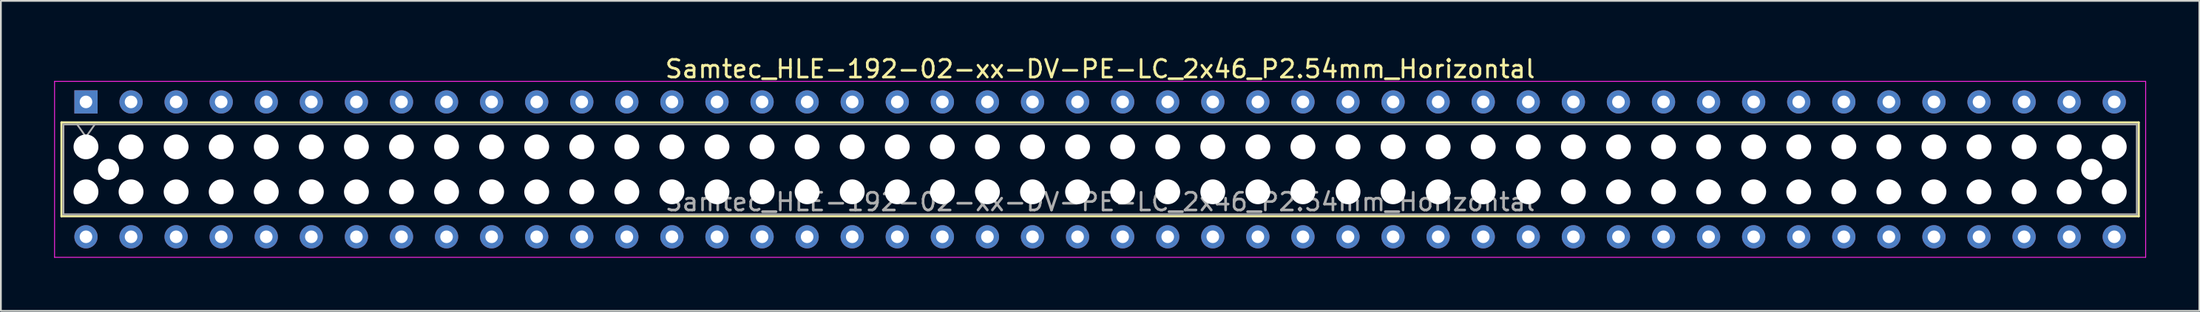
<source format=kicad_pcb>
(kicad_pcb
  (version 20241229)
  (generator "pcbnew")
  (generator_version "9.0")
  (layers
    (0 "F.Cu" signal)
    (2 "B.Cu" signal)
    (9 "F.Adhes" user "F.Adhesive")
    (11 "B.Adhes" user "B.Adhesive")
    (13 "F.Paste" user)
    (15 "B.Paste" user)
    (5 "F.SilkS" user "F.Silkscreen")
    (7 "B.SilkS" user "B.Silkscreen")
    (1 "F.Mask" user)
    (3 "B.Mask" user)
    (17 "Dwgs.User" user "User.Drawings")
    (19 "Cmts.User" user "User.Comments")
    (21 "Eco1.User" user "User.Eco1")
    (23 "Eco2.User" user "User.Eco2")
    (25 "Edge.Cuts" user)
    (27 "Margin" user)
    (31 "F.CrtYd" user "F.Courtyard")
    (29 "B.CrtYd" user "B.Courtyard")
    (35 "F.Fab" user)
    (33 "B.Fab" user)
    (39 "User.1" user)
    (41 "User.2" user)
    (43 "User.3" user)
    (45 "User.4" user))
  (footprint "Samtec_HLE-192-02-xx-DV-PE-LC_2x46_P2.54mm_Horizontal"
    (layer "F.Cu")
    (at 1.795 2.708)
    (property "Reference" "Samtec_HLE-192-02-xx-DV-PE-LC_2x46_P2.54mm_Horizontal" (at 57.15 -1.86 0) (layer "F.SilkS") (effects (font (size 1 1) (thickness 0.15))))
    (attr through_hole)
    (fp_line (start -1.38 1.16) (end 115.68 1.16) (stroke (width 0.12) (type solid)) (layer "F.SilkS"))
    (fp_line (start -1.38 6.46) (end -1.38 1.16) (stroke (width 0.12) (type solid)) (layer "F.SilkS"))
    (fp_line (start 115.68 1.16) (end 115.68 6.46) (stroke (width 0.12) (type solid)) (layer "F.SilkS"))
    (fp_line (start 115.68 6.46) (end -1.38 6.46) (stroke (width 0.12) (type solid)) (layer "F.SilkS"))
    (fp_line (start -1.77 -1.16) (end 116.07 -1.16) (stroke (width 0.05) (type solid)) (layer "F.CrtYd"))
    (fp_line (start -1.77 8.78) (end -1.77 -1.16) (stroke (width 0.05) (type solid)) (layer "F.CrtYd"))
    (fp_line (start 116.07 -1.16) (end 116.07 8.78) (stroke (width 0.05) (type solid)) (layer "F.CrtYd"))
    (fp_line (start 116.07 8.78) (end -1.77 8.78) (stroke (width 0.05) (type solid)) (layer "F.CrtYd"))
    (fp_line (start -1.27 1.27) (end 115.57 1.27) (stroke (width 0.1) (type solid)) (layer "F.Fab"))
    (fp_line (start -1.27 6.35) (end -1.27 1.27) (stroke (width 0.1) (type solid)) (layer "F.Fab"))
    (fp_line (start -0.5 1.27) (end 0 1.977) (stroke (width 0.1) (type solid)) (layer "F.Fab"))
    (fp_line (start 0 1.977) (end 0.5 1.27) (stroke (width 0.1) (type solid)) (layer "F.Fab"))
    (fp_line (start 115.57 1.27) (end 115.57 6.35) (stroke (width 0.1) (type solid)) (layer "F.Fab"))
    (fp_line (start 115.57 6.35) (end -1.27 6.35) (stroke (width 0.1) (type solid)) (layer "F.Fab"))
    (fp_text user "${REFERENCE}" (at 57.15 5.65 0) (layer "F.Fab") (effects (font (size 1 1) (thickness 0.15))))
    (pad "" np_thru_hole circle (at 0 2.54) (size 1.4 1.4) (drill 1.4) (layers "*.Cu" "*.Mask"))
    (pad "" np_thru_hole circle (at 0 5.08) (size 1.4 1.4) (drill 1.4) (layers "*.Cu" "*.Mask"))
    (pad "" np_thru_hole circle (at 1.27 3.81) (size 1.19 1.19) (drill 1.19) (layers "*.Cu" "*.Mask"))
    (pad "" np_thru_hole circle (at 2.54 2.54) (size 1.4 1.4) (drill 1.4) (layers "*.Cu" "*.Mask"))
    (pad "" np_thru_hole circle (at 2.54 5.08) (size 1.4 1.4) (drill 1.4) (layers "*.Cu" "*.Mask"))
    (pad "" np_thru_hole circle (at 5.08 2.54) (size 1.4 1.4) (drill 1.4) (layers "*.Cu" "*.Mask"))
    (pad "" np_thru_hole circle (at 5.08 5.08) (size 1.4 1.4) (drill 1.4) (layers "*.Cu" "*.Mask"))
    (pad "" np_thru_hole circle (at 7.62 2.54) (size 1.4 1.4) (drill 1.4) (layers "*.Cu" "*.Mask"))
    (pad "" np_thru_hole circle (at 7.62 5.08) (size 1.4 1.4) (drill 1.4) (layers "*.Cu" "*.Mask"))
    (pad "" np_thru_hole circle (at 10.16 2.54) (size 1.4 1.4) (drill 1.4) (layers "*.Cu" "*.Mask"))
    (pad "" np_thru_hole circle (at 10.16 5.08) (size 1.4 1.4) (drill 1.4) (layers "*.Cu" "*.Mask"))
    (pad "" np_thru_hole circle (at 12.7 2.54) (size 1.4 1.4) (drill 1.4) (layers "*.Cu" "*.Mask"))
    (pad "" np_thru_hole circle (at 12.7 5.08) (size 1.4 1.4) (drill 1.4) (layers "*.Cu" "*.Mask"))
    (pad "" np_thru_hole circle (at 15.24 2.54) (size 1.4 1.4) (drill 1.4) (layers "*.Cu" "*.Mask"))
    (pad "" np_thru_hole circle (at 15.24 5.08) (size 1.4 1.4) (drill 1.4) (layers "*.Cu" "*.Mask"))
    (pad "" np_thru_hole circle (at 17.78 2.54) (size 1.4 1.4) (drill 1.4) (layers "*.Cu" "*.Mask"))
    (pad "" np_thru_hole circle (at 17.78 5.08) (size 1.4 1.4) (drill 1.4) (layers "*.Cu" "*.Mask"))
    (pad "" np_thru_hole circle (at 20.32 2.54) (size 1.4 1.4) (drill 1.4) (layers "*.Cu" "*.Mask"))
    (pad "" np_thru_hole circle (at 20.32 5.08) (size 1.4 1.4) (drill 1.4) (layers "*.Cu" "*.Mask"))
    (pad "" np_thru_hole circle (at 22.86 2.54) (size 1.4 1.4) (drill 1.4) (layers "*.Cu" "*.Mask"))
    (pad "" np_thru_hole circle (at 22.86 5.08) (size 1.4 1.4) (drill 1.4) (layers "*.Cu" "*.Mask"))
    (pad "" np_thru_hole circle (at 25.4 2.54) (size 1.4 1.4) (drill 1.4) (layers "*.Cu" "*.Mask"))
    (pad "" np_thru_hole circle (at 25.4 5.08) (size 1.4 1.4) (drill 1.4) (layers "*.Cu" "*.Mask"))
    (pad "" np_thru_hole circle (at 27.94 2.54) (size 1.4 1.4) (drill 1.4) (layers "*.Cu" "*.Mask"))
    (pad "" np_thru_hole circle (at 27.94 5.08) (size 1.4 1.4) (drill 1.4) (layers "*.Cu" "*.Mask"))
    (pad "" np_thru_hole circle (at 30.48 2.54) (size 1.4 1.4) (drill 1.4) (layers "*.Cu" "*.Mask"))
    (pad "" np_thru_hole circle (at 30.48 5.08) (size 1.4 1.4) (drill 1.4) (layers "*.Cu" "*.Mask"))
    (pad "" np_thru_hole circle (at 33.02 2.54) (size 1.4 1.4) (drill 1.4) (layers "*.Cu" "*.Mask"))
    (pad "" np_thru_hole circle (at 33.02 5.08) (size 1.4 1.4) (drill 1.4) (layers "*.Cu" "*.Mask"))
    (pad "" np_thru_hole circle (at 35.56 2.54) (size 1.4 1.4) (drill 1.4) (layers "*.Cu" "*.Mask"))
    (pad "" np_thru_hole circle (at 35.56 5.08) (size 1.4 1.4) (drill 1.4) (layers "*.Cu" "*.Mask"))
    (pad "" np_thru_hole circle (at 38.1 2.54) (size 1.4 1.4) (drill 1.4) (layers "*.Cu" "*.Mask"))
    (pad "" np_thru_hole circle (at 38.1 5.08) (size 1.4 1.4) (drill 1.4) (layers "*.Cu" "*.Mask"))
    (pad "" np_thru_hole circle (at 40.64 2.54) (size 1.4 1.4) (drill 1.4) (layers "*.Cu" "*.Mask"))
    (pad "" np_thru_hole circle (at 40.64 5.08) (size 1.4 1.4) (drill 1.4) (layers "*.Cu" "*.Mask"))
    (pad "" np_thru_hole circle (at 43.18 2.54) (size 1.4 1.4) (drill 1.4) (layers "*.Cu" "*.Mask"))
    (pad "" np_thru_hole circle (at 43.18 5.08) (size 1.4 1.4) (drill 1.4) (layers "*.Cu" "*.Mask"))
    (pad "" np_thru_hole circle (at 45.72 2.54) (size 1.4 1.4) (drill 1.4) (layers "*.Cu" "*.Mask"))
    (pad "" np_thru_hole circle (at 45.72 5.08) (size 1.4 1.4) (drill 1.4) (layers "*.Cu" "*.Mask"))
    (pad "" np_thru_hole circle (at 48.26 2.54) (size 1.4 1.4) (drill 1.4) (layers "*.Cu" "*.Mask"))
    (pad "" np_thru_hole circle (at 48.26 5.08) (size 1.4 1.4) (drill 1.4) (layers "*.Cu" "*.Mask"))
    (pad "" np_thru_hole circle (at 50.8 2.54) (size 1.4 1.4) (drill 1.4) (layers "*.Cu" "*.Mask"))
    (pad "" np_thru_hole circle (at 50.8 5.08) (size 1.4 1.4) (drill 1.4) (layers "*.Cu" "*.Mask"))
    (pad "" np_thru_hole circle (at 53.34 2.54) (size 1.4 1.4) (drill 1.4) (layers "*.Cu" "*.Mask"))
    (pad "" np_thru_hole circle (at 53.34 5.08) (size 1.4 1.4) (drill 1.4) (layers "*.Cu" "*.Mask"))
    (pad "" np_thru_hole circle (at 55.88 2.54) (size 1.4 1.4) (drill 1.4) (layers "*.Cu" "*.Mask"))
    (pad "" np_thru_hole circle (at 55.88 5.08) (size 1.4 1.4) (drill 1.4) (layers "*.Cu" "*.Mask"))
    (pad "" np_thru_hole circle (at 58.42 2.54) (size 1.4 1.4) (drill 1.4) (layers "*.Cu" "*.Mask"))
    (pad "" np_thru_hole circle (at 58.42 5.08) (size 1.4 1.4) (drill 1.4) (layers "*.Cu" "*.Mask"))
    (pad "" np_thru_hole circle (at 60.96 2.54) (size 1.4 1.4) (drill 1.4) (layers "*.Cu" "*.Mask"))
    (pad "" np_thru_hole circle (at 60.96 5.08) (size 1.4 1.4) (drill 1.4) (layers "*.Cu" "*.Mask"))
    (pad "" np_thru_hole circle (at 63.5 2.54) (size 1.4 1.4) (drill 1.4) (layers "*.Cu" "*.Mask"))
    (pad "" np_thru_hole circle (at 63.5 5.08) (size 1.4 1.4) (drill 1.4) (layers "*.Cu" "*.Mask"))
    (pad "" np_thru_hole circle (at 66.04 2.54) (size 1.4 1.4) (drill 1.4) (layers "*.Cu" "*.Mask"))
    (pad "" np_thru_hole circle (at 66.04 5.08) (size 1.4 1.4) (drill 1.4) (layers "*.Cu" "*.Mask"))
    (pad "" np_thru_hole circle (at 68.58 2.54) (size 1.4 1.4) (drill 1.4) (layers "*.Cu" "*.Mask"))
    (pad "" np_thru_hole circle (at 68.58 5.08) (size 1.4 1.4) (drill 1.4) (layers "*.Cu" "*.Mask"))
    (pad "" np_thru_hole circle (at 71.12 2.54) (size 1.4 1.4) (drill 1.4) (layers "*.Cu" "*.Mask"))
    (pad "" np_thru_hole circle (at 71.12 5.08) (size 1.4 1.4) (drill 1.4) (layers "*.Cu" "*.Mask"))
    (pad "" np_thru_hole circle (at 73.66 2.54) (size 1.4 1.4) (drill 1.4) (layers "*.Cu" "*.Mask"))
    (pad "" np_thru_hole circle (at 73.66 5.08) (size 1.4 1.4) (drill 1.4) (layers "*.Cu" "*.Mask"))
    (pad "" np_thru_hole circle (at 76.2 2.54) (size 1.4 1.4) (drill 1.4) (layers "*.Cu" "*.Mask"))
    (pad "" np_thru_hole circle (at 76.2 5.08) (size 1.4 1.4) (drill 1.4) (layers "*.Cu" "*.Mask"))
    (pad "" np_thru_hole circle (at 78.74 2.54) (size 1.4 1.4) (drill 1.4) (layers "*.Cu" "*.Mask"))
    (pad "" np_thru_hole circle (at 78.74 5.08) (size 1.4 1.4) (drill 1.4) (layers "*.Cu" "*.Mask"))
    (pad "" np_thru_hole circle (at 81.28 2.54) (size 1.4 1.4) (drill 1.4) (layers "*.Cu" "*.Mask"))
    (pad "" np_thru_hole circle (at 81.28 5.08) (size 1.4 1.4) (drill 1.4) (layers "*.Cu" "*.Mask"))
    (pad "" np_thru_hole circle (at 83.82 2.54) (size 1.4 1.4) (drill 1.4) (layers "*.Cu" "*.Mask"))
    (pad "" np_thru_hole circle (at 83.82 5.08) (size 1.4 1.4) (drill 1.4) (layers "*.Cu" "*.Mask"))
    (pad "" np_thru_hole circle (at 86.36 2.54) (size 1.4 1.4) (drill 1.4) (layers "*.Cu" "*.Mask"))
    (pad "" np_thru_hole circle (at 86.36 5.08) (size 1.4 1.4) (drill 1.4) (layers "*.Cu" "*.Mask"))
    (pad "" np_thru_hole circle (at 88.9 2.54) (size 1.4 1.4) (drill 1.4) (layers "*.Cu" "*.Mask"))
    (pad "" np_thru_hole circle (at 88.9 5.08) (size 1.4 1.4) (drill 1.4) (layers "*.Cu" "*.Mask"))
    (pad "" np_thru_hole circle (at 91.44 2.54) (size 1.4 1.4) (drill 1.4) (layers "*.Cu" "*.Mask"))
    (pad "" np_thru_hole circle (at 91.44 5.08) (size 1.4 1.4) (drill 1.4) (layers "*.Cu" "*.Mask"))
    (pad "" np_thru_hole circle (at 93.98 2.54) (size 1.4 1.4) (drill 1.4) (layers "*.Cu" "*.Mask"))
    (pad "" np_thru_hole circle (at 93.98 5.08) (size 1.4 1.4) (drill 1.4) (layers "*.Cu" "*.Mask"))
    (pad "" np_thru_hole circle (at 96.52 2.54) (size 1.4 1.4) (drill 1.4) (layers "*.Cu" "*.Mask"))
    (pad "" np_thru_hole circle (at 96.52 5.08) (size 1.4 1.4) (drill 1.4) (layers "*.Cu" "*.Mask"))
    (pad "" np_thru_hole circle (at 99.06 2.54) (size 1.4 1.4) (drill 1.4) (layers "*.Cu" "*.Mask"))
    (pad "" np_thru_hole circle (at 99.06 5.08) (size 1.4 1.4) (drill 1.4) (layers "*.Cu" "*.Mask"))
    (pad "" np_thru_hole circle (at 101.6 2.54) (size 1.4 1.4) (drill 1.4) (layers "*.Cu" "*.Mask"))
    (pad "" np_thru_hole circle (at 101.6 5.08) (size 1.4 1.4) (drill 1.4) (layers "*.Cu" "*.Mask"))
    (pad "" np_thru_hole circle (at 104.14 2.54) (size 1.4 1.4) (drill 1.4) (layers "*.Cu" "*.Mask"))
    (pad "" np_thru_hole circle (at 104.14 5.08) (size 1.4 1.4) (drill 1.4) (layers "*.Cu" "*.Mask"))
    (pad "" np_thru_hole circle (at 106.68 2.54) (size 1.4 1.4) (drill 1.4) (layers "*.Cu" "*.Mask"))
    (pad "" np_thru_hole circle (at 106.68 5.08) (size 1.4 1.4) (drill 1.4) (layers "*.Cu" "*.Mask"))
    (pad "" np_thru_hole circle (at 109.22 2.54) (size 1.4 1.4) (drill 1.4) (layers "*.Cu" "*.Mask"))
    (pad "" np_thru_hole circle (at 109.22 5.08) (size 1.4 1.4) (drill 1.4) (layers "*.Cu" "*.Mask"))
    (pad "" np_thru_hole circle (at 111.76 2.54) (size 1.4 1.4) (drill 1.4) (layers "*.Cu" "*.Mask"))
    (pad "" np_thru_hole circle (at 111.76 5.08) (size 1.4 1.4) (drill 1.4) (layers "*.Cu" "*.Mask"))
    (pad "" np_thru_hole circle (at 113.03 3.81) (size 1.19 1.19) (drill 1.19) (layers "*.Cu" "*.Mask"))
    (pad "" np_thru_hole circle (at 114.3 2.54) (size 1.4 1.4) (drill 1.4) (layers "*.Cu" "*.Mask"))
    (pad "" np_thru_hole circle (at 114.3 5.08) (size 1.4 1.4) (drill 1.4) (layers "*.Cu" "*.Mask"))
    (pad "1" thru_hole rect (at 0 0) (size 1.31 1.31) (drill 0.71) (layers "*.Cu" "*.Mask"))
    (pad "2" thru_hole circle (at 0 7.62) (size 1.31 1.31) (drill 0.71) (layers "*.Cu" "*.Mask"))
    (pad "3" thru_hole circle (at 2.54 0) (size 1.31 1.31) (drill 0.71) (layers "*.Cu" "*.Mask"))
    (pad "4" thru_hole circle (at 2.54 7.62) (size 1.31 1.31) (drill 0.71) (layers "*.Cu" "*.Mask"))
    (pad "5" thru_hole circle (at 5.08 0) (size 1.31 1.31) (drill 0.71) (layers "*.Cu" "*.Mask"))
    (pad "6" thru_hole circle (at 5.08 7.62) (size 1.31 1.31) (drill 0.71) (layers "*.Cu" "*.Mask"))
    (pad "7" thru_hole circle (at 7.62 0) (size 1.31 1.31) (drill 0.71) (layers "*.Cu" "*.Mask"))
    (pad "8" thru_hole circle (at 7.62 7.62) (size 1.31 1.31) (drill 0.71) (layers "*.Cu" "*.Mask"))
    (pad "9" thru_hole circle (at 10.16 0) (size 1.31 1.31) (drill 0.71) (layers "*.Cu" "*.Mask"))
    (pad "10" thru_hole circle (at 10.16 7.62) (size 1.31 1.31) (drill 0.71) (layers "*.Cu" "*.Mask"))
    (pad "11" thru_hole circle (at 12.7 0) (size 1.31 1.31) (drill 0.71) (layers "*.Cu" "*.Mask"))
    (pad "12" thru_hole circle (at 12.7 7.62) (size 1.31 1.31) (drill 0.71) (layers "*.Cu" "*.Mask"))
    (pad "13" thru_hole circle (at 15.24 0) (size 1.31 1.31) (drill 0.71) (layers "*.Cu" "*.Mask"))
    (pad "14" thru_hole circle (at 15.24 7.62) (size 1.31 1.31) (drill 0.71) (layers "*.Cu" "*.Mask"))
    (pad "15" thru_hole circle (at 17.78 0) (size 1.31 1.31) (drill 0.71) (layers "*.Cu" "*.Mask"))
    (pad "16" thru_hole circle (at 17.78 7.62) (size 1.31 1.31) (drill 0.71) (layers "*.Cu" "*.Mask"))
    (pad "17" thru_hole circle (at 20.32 0) (size 1.31 1.31) (drill 0.71) (layers "*.Cu" "*.Mask"))
    (pad "18" thru_hole circle (at 20.32 7.62) (size 1.31 1.31) (drill 0.71) (layers "*.Cu" "*.Mask"))
    (pad "19" thru_hole circle (at 22.86 0) (size 1.31 1.31) (drill 0.71) (layers "*.Cu" "*.Mask"))
    (pad "20" thru_hole circle (at 22.86 7.62) (size 1.31 1.31) (drill 0.71) (layers "*.Cu" "*.Mask"))
    (pad "21" thru_hole circle (at 25.4 0) (size 1.31 1.31) (drill 0.71) (layers "*.Cu" "*.Mask"))
    (pad "22" thru_hole circle (at 25.4 7.62) (size 1.31 1.31) (drill 0.71) (layers "*.Cu" "*.Mask"))
    (pad "23" thru_hole circle (at 27.94 0) (size 1.31 1.31) (drill 0.71) (layers "*.Cu" "*.Mask"))
    (pad "24" thru_hole circle (at 27.94 7.62) (size 1.31 1.31) (drill 0.71) (layers "*.Cu" "*.Mask"))
    (pad "25" thru_hole circle (at 30.48 0) (size 1.31 1.31) (drill 0.71) (layers "*.Cu" "*.Mask"))
    (pad "26" thru_hole circle (at 30.48 7.62) (size 1.31 1.31) (drill 0.71) (layers "*.Cu" "*.Mask"))
    (pad "27" thru_hole circle (at 33.02 0) (size 1.31 1.31) (drill 0.71) (layers "*.Cu" "*.Mask"))
    (pad "28" thru_hole circle (at 33.02 7.62) (size 1.31 1.31) (drill 0.71) (layers "*.Cu" "*.Mask"))
    (pad "29" thru_hole circle (at 35.56 0) (size 1.31 1.31) (drill 0.71) (layers "*.Cu" "*.Mask"))
    (pad "30" thru_hole circle (at 35.56 7.62) (size 1.31 1.31) (drill 0.71) (layers "*.Cu" "*.Mask"))
    (pad "31" thru_hole circle (at 38.1 0) (size 1.31 1.31) (drill 0.71) (layers "*.Cu" "*.Mask"))
    (pad "32" thru_hole circle (at 38.1 7.62) (size 1.31 1.31) (drill 0.71) (layers "*.Cu" "*.Mask"))
    (pad "33" thru_hole circle (at 40.64 0) (size 1.31 1.31) (drill 0.71) (layers "*.Cu" "*.Mask"))
    (pad "34" thru_hole circle (at 40.64 7.62) (size 1.31 1.31) (drill 0.71) (layers "*.Cu" "*.Mask"))
    (pad "35" thru_hole circle (at 43.18 0) (size 1.31 1.31) (drill 0.71) (layers "*.Cu" "*.Mask"))
    (pad "36" thru_hole circle (at 43.18 7.62) (size 1.31 1.31) (drill 0.71) (layers "*.Cu" "*.Mask"))
    (pad "37" thru_hole circle (at 45.72 0) (size 1.31 1.31) (drill 0.71) (layers "*.Cu" "*.Mask"))
    (pad "38" thru_hole circle (at 45.72 7.62) (size 1.31 1.31) (drill 0.71) (layers "*.Cu" "*.Mask"))
    (pad "39" thru_hole circle (at 48.26 0) (size 1.31 1.31) (drill 0.71) (layers "*.Cu" "*.Mask"))
    (pad "40" thru_hole circle (at 48.26 7.62) (size 1.31 1.31) (drill 0.71) (layers "*.Cu" "*.Mask"))
    (pad "41" thru_hole circle (at 50.8 0) (size 1.31 1.31) (drill 0.71) (layers "*.Cu" "*.Mask"))
    (pad "42" thru_hole circle (at 50.8 7.62) (size 1.31 1.31) (drill 0.71) (layers "*.Cu" "*.Mask"))
    (pad "43" thru_hole circle (at 53.34 0) (size 1.31 1.31) (drill 0.71) (layers "*.Cu" "*.Mask"))
    (pad "44" thru_hole circle (at 53.34 7.62) (size 1.31 1.31) (drill 0.71) (layers "*.Cu" "*.Mask"))
    (pad "45" thru_hole circle (at 55.88 0) (size 1.31 1.31) (drill 0.71) (layers "*.Cu" "*.Mask"))
    (pad "46" thru_hole circle (at 55.88 7.62) (size 1.31 1.31) (drill 0.71) (layers "*.Cu" "*.Mask"))
    (pad "47" thru_hole circle (at 58.42 0) (size 1.31 1.31) (drill 0.71) (layers "*.Cu" "*.Mask"))
    (pad "48" thru_hole circle (at 58.42 7.62) (size 1.31 1.31) (drill 0.71) (layers "*.Cu" "*.Mask"))
    (pad "49" thru_hole circle (at 60.96 0) (size 1.31 1.31) (drill 0.71) (layers "*.Cu" "*.Mask"))
    (pad "50" thru_hole circle (at 60.96 7.62) (size 1.31 1.31) (drill 0.71) (layers "*.Cu" "*.Mask"))
    (pad "51" thru_hole circle (at 63.5 0) (size 1.31 1.31) (drill 0.71) (layers "*.Cu" "*.Mask"))
    (pad "52" thru_hole circle (at 63.5 7.62) (size 1.31 1.31) (drill 0.71) (layers "*.Cu" "*.Mask"))
    (pad "53" thru_hole circle (at 66.04 0) (size 1.31 1.31) (drill 0.71) (layers "*.Cu" "*.Mask"))
    (pad "54" thru_hole circle (at 66.04 7.62) (size 1.31 1.31) (drill 0.71) (layers "*.Cu" "*.Mask"))
    (pad "55" thru_hole circle (at 68.58 0) (size 1.31 1.31) (drill 0.71) (layers "*.Cu" "*.Mask"))
    (pad "56" thru_hole circle (at 68.58 7.62) (size 1.31 1.31) (drill 0.71) (layers "*.Cu" "*.Mask"))
    (pad "57" thru_hole circle (at 71.12 0) (size 1.31 1.31) (drill 0.71) (layers "*.Cu" "*.Mask"))
    (pad "58" thru_hole circle (at 71.12 7.62) (size 1.31 1.31) (drill 0.71) (layers "*.Cu" "*.Mask"))
    (pad "59" thru_hole circle (at 73.66 0) (size 1.31 1.31) (drill 0.71) (layers "*.Cu" "*.Mask"))
    (pad "60" thru_hole circle (at 73.66 7.62) (size 1.31 1.31) (drill 0.71) (layers "*.Cu" "*.Mask"))
    (pad "61" thru_hole circle (at 76.2 0) (size 1.31 1.31) (drill 0.71) (layers "*.Cu" "*.Mask"))
    (pad "62" thru_hole circle (at 76.2 7.62) (size 1.31 1.31) (drill 0.71) (layers "*.Cu" "*.Mask"))
    (pad "63" thru_hole circle (at 78.74 0) (size 1.31 1.31) (drill 0.71) (layers "*.Cu" "*.Mask"))
    (pad "64" thru_hole circle (at 78.74 7.62) (size 1.31 1.31) (drill 0.71) (layers "*.Cu" "*.Mask"))
    (pad "65" thru_hole circle (at 81.28 0) (size 1.31 1.31) (drill 0.71) (layers "*.Cu" "*.Mask"))
    (pad "66" thru_hole circle (at 81.28 7.62) (size 1.31 1.31) (drill 0.71) (layers "*.Cu" "*.Mask"))
    (pad "67" thru_hole circle (at 83.82 0) (size 1.31 1.31) (drill 0.71) (layers "*.Cu" "*.Mask"))
    (pad "68" thru_hole circle (at 83.82 7.62) (size 1.31 1.31) (drill 0.71) (layers "*.Cu" "*.Mask"))
    (pad "69" thru_hole circle (at 86.36 0) (size 1.31 1.31) (drill 0.71) (layers "*.Cu" "*.Mask"))
    (pad "70" thru_hole circle (at 86.36 7.62) (size 1.31 1.31) (drill 0.71) (layers "*.Cu" "*.Mask"))
    (pad "71" thru_hole circle (at 88.9 0) (size 1.31 1.31) (drill 0.71) (layers "*.Cu" "*.Mask"))
    (pad "72" thru_hole circle (at 88.9 7.62) (size 1.31 1.31) (drill 0.71) (layers "*.Cu" "*.Mask"))
    (pad "73" thru_hole circle (at 91.44 0) (size 1.31 1.31) (drill 0.71) (layers "*.Cu" "*.Mask"))
    (pad "74" thru_hole circle (at 91.44 7.62) (size 1.31 1.31) (drill 0.71) (layers "*.Cu" "*.Mask"))
    (pad "75" thru_hole circle (at 93.98 0) (size 1.31 1.31) (drill 0.71) (layers "*.Cu" "*.Mask"))
    (pad "76" thru_hole circle (at 93.98 7.62) (size 1.31 1.31) (drill 0.71) (layers "*.Cu" "*.Mask"))
    (pad "77" thru_hole circle (at 96.52 0) (size 1.31 1.31) (drill 0.71) (layers "*.Cu" "*.Mask"))
    (pad "78" thru_hole circle (at 96.52 7.62) (size 1.31 1.31) (drill 0.71) (layers "*.Cu" "*.Mask"))
    (pad "79" thru_hole circle (at 99.06 0) (size 1.31 1.31) (drill 0.71) (layers "*.Cu" "*.Mask"))
    (pad "80" thru_hole circle (at 99.06 7.62) (size 1.31 1.31) (drill 0.71) (layers "*.Cu" "*.Mask"))
    (pad "81" thru_hole circle (at 101.6 0) (size 1.31 1.31) (drill 0.71) (layers "*.Cu" "*.Mask"))
    (pad "82" thru_hole circle (at 101.6 7.62) (size 1.31 1.31) (drill 0.71) (layers "*.Cu" "*.Mask"))
    (pad "83" thru_hole circle (at 104.14 0) (size 1.31 1.31) (drill 0.71) (layers "*.Cu" "*.Mask"))
    (pad "84" thru_hole circle (at 104.14 7.62) (size 1.31 1.31) (drill 0.71) (layers "*.Cu" "*.Mask"))
    (pad "85" thru_hole circle (at 106.68 0) (size 1.31 1.31) (drill 0.71) (layers "*.Cu" "*.Mask"))
    (pad "86" thru_hole circle (at 106.68 7.62) (size 1.31 1.31) (drill 0.71) (layers "*.Cu" "*.Mask"))
    (pad "87" thru_hole circle (at 109.22 0) (size 1.31 1.31) (drill 0.71) (layers "*.Cu" "*.Mask"))
    (pad "88" thru_hole circle (at 109.22 7.62) (size 1.31 1.31) (drill 0.71) (layers "*.Cu" "*.Mask"))
    (pad "89" thru_hole circle (at 111.76 0) (size 1.31 1.31) (drill 0.71) (layers "*.Cu" "*.Mask"))
    (pad "90" thru_hole circle (at 111.76 7.62) (size 1.31 1.31) (drill 0.71) (layers "*.Cu" "*.Mask"))
    (pad "91" thru_hole circle (at 114.3 0) (size 1.31 1.31) (drill 0.71) (layers "*.Cu" "*.Mask"))
    (pad "92" thru_hole circle (at 114.3 7.62) (size 1.31 1.31) (drill 0.71) (layers "*.Cu" "*.Mask")))
  (gr_rect
    (start -3 -3)
    (end 120.89 14.513)
    (stroke (width 0.1) (type default))
    (fill no)
    (layer "Edge.Cuts")))
</source>
